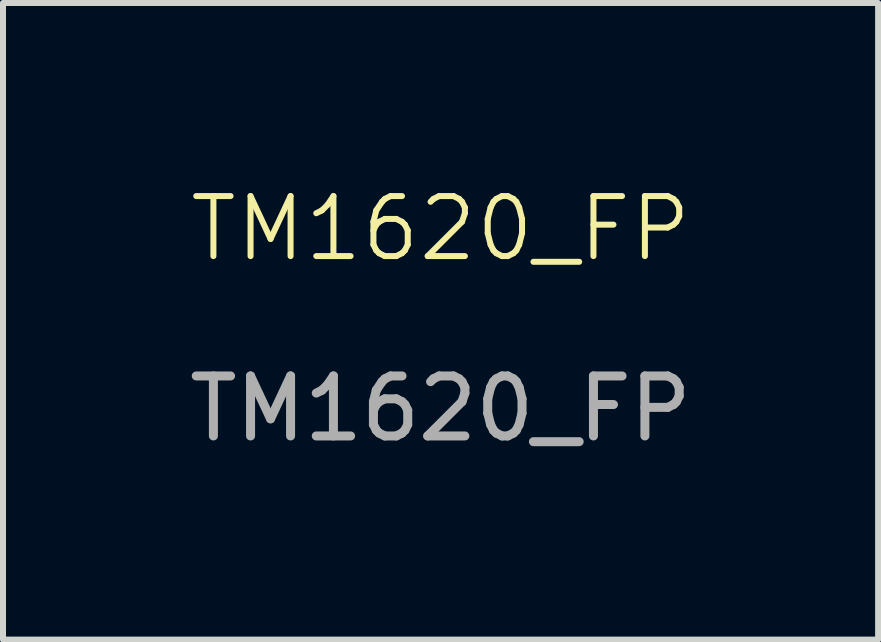
<source format=kicad_pcb>
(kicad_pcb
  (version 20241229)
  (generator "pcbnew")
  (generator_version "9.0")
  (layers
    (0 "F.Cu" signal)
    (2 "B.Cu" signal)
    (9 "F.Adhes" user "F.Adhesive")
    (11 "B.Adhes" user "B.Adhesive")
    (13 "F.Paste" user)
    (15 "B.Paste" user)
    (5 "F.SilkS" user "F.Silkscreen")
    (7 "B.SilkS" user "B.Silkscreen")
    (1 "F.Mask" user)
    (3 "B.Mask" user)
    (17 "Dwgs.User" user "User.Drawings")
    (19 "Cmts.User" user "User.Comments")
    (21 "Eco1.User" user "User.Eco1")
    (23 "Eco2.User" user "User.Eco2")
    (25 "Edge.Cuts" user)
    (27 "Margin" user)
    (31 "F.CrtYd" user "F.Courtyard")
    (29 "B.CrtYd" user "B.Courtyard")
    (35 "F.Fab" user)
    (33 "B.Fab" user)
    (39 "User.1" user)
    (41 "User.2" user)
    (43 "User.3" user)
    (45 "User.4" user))
  (footprint "TM1620_FP"
    (layer "F.Cu")
    (at 4.292 1.26)
    (property "Reference" "TM1620_FP" (at 0 -0.5 0) (unlocked yes) (layer "F.SilkS") (effects (font (size 1 1) (thickness 0.1))))
    (attr smd)
    (fp_text user "${REFERENCE}" (at 0 2.5 0) (unlocked yes) (layer "F.Fab") (effects (font (size 1 1) (thickness 0.15)))))
  (gr_rect
    (start -3 -3)
    (end 11.583 7.609)
    (stroke (width 0.1) (type default))
    (fill no)
    (layer "Edge.Cuts")))
</source>
